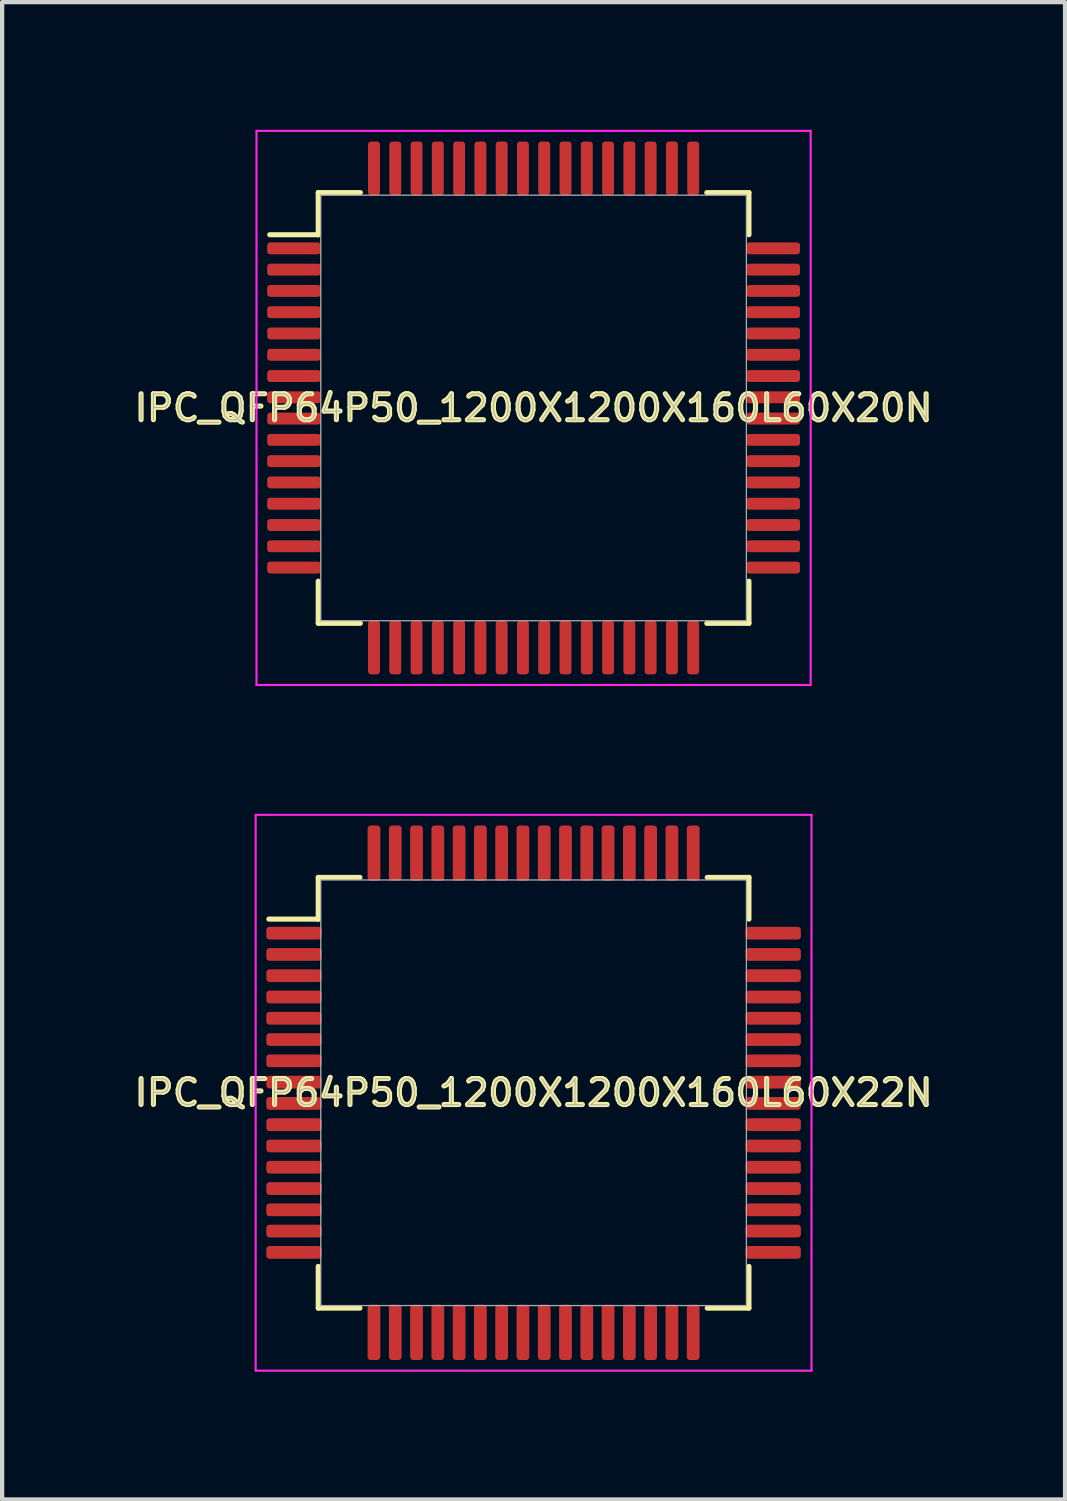
<source format=kicad_pcb>
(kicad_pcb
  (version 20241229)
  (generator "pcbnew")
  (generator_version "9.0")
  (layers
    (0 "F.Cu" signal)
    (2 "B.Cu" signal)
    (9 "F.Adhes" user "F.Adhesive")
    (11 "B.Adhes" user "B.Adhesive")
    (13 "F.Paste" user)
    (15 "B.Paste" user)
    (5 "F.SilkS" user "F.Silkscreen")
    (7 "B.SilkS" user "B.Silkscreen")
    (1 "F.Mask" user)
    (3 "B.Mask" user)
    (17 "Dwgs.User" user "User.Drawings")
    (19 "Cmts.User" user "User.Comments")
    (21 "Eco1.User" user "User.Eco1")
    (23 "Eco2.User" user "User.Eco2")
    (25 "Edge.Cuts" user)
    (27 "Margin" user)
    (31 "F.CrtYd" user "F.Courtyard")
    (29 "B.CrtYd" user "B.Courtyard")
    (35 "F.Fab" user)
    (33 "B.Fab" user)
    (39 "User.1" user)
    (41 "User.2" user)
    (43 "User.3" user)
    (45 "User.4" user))
  (footprint "IPC_QFP64P50_1200X1200X160L60X20N"
    (layer "F.Cu")
    (at 9.487 6.535)
    (property "Reference" "IPC_QFP64P50_1200X1200X160L60X20N" (at 0 0 0) (layer "F.SilkS") (effects (font (size 0.61 0.61) (thickness 0.12))))
    (attr smd)
    (fp_line (start -6.2 -4.07) (end -5.06 -4.07) (stroke (width 0.12) (type solid)) (layer "F.SilkS"))
    (fp_line (start -5.06 -5.06) (end -4.07 -5.06) (stroke (width 0.12) (type solid)) (layer "F.SilkS"))
    (fp_line (start -5.06 -4.07) (end -5.06 -5.06) (stroke (width 0.12) (type solid)) (layer "F.SilkS"))
    (fp_line (start -5.06 -4.07) (end -5.06 -4.07) (stroke (width 0.12) (type solid)) (layer "F.SilkS"))
    (fp_line (start -5.06 5.06) (end -5.06 4.07) (stroke (width 0.12) (type solid)) (layer "F.SilkS"))
    (fp_line (start -4.07 5.06) (end -5.06 5.06) (stroke (width 0.12) (type solid)) (layer "F.SilkS"))
    (fp_line (start 4.07 -5.06) (end 5.06 -5.06) (stroke (width 0.12) (type solid)) (layer "F.SilkS"))
    (fp_line (start 5.06 -5.06) (end 5.06 -4.07) (stroke (width 0.12) (type solid)) (layer "F.SilkS"))
    (fp_line (start 5.06 4.07) (end 5.06 5.06) (stroke (width 0.12) (type solid)) (layer "F.SilkS"))
    (fp_line (start 5.06 5.06) (end 4.07 5.06) (stroke (width 0.12) (type solid)) (layer "F.SilkS"))
    (fp_line (start -6.51 -6.51) (end 6.51 -6.51) (stroke (width 0.05) (type solid)) (layer "F.CrtYd"))
    (fp_line (start -6.51 6.51) (end -6.51 -6.51) (stroke (width 0.05) (type solid)) (layer "F.CrtYd"))
    (fp_line (start 6.51 -6.51) (end 6.51 6.51) (stroke (width 0.05) (type solid)) (layer "F.CrtYd"))
    (fp_line (start 6.51 6.51) (end -6.51 6.51) (stroke (width 0.05) (type solid)) (layer "F.CrtYd"))
    (fp_line (start -5 -5) (end 5 -5) (stroke (width 0.03) (type solid)) (layer "F.Fab"))
    (fp_line (start -5 5) (end -5 -5) (stroke (width 0.03) (type solid)) (layer "F.Fab"))
    (fp_line (start 5 -5) (end 5 5) (stroke (width 0.03) (type solid)) (layer "F.Fab"))
    (fp_line (start 5 5) (end -5 5) (stroke (width 0.03) (type solid)) (layer "F.Fab"))
    (fp_text user "${REFERENCE}" (at 0 0 0) (layer "F.Fab") (effects (font (size 0.61 0.61) (thickness 0.025))))
    (pad "1" smd roundrect (at -5.63 -3.75 270) (size 0.28 1.26) (layers "F.Cu" "F.Mask" "F.Paste") (roundrect_rratio 0.25))
    (pad "2" smd roundrect (at -5.63 -3.25 270) (size 0.28 1.26) (layers "F.Cu" "F.Mask" "F.Paste") (roundrect_rratio 0.25))
    (pad "3" smd roundrect (at -5.63 -2.75 270) (size 0.28 1.26) (layers "F.Cu" "F.Mask" "F.Paste") (roundrect_rratio 0.25))
    (pad "4" smd roundrect (at -5.63 -2.25 270) (size 0.28 1.26) (layers "F.Cu" "F.Mask" "F.Paste") (roundrect_rratio 0.25))
    (pad "5" smd roundrect (at -5.63 -1.75 270) (size 0.28 1.26) (layers "F.Cu" "F.Mask" "F.Paste") (roundrect_rratio 0.25))
    (pad "6" smd roundrect (at -5.63 -1.25 270) (size 0.28 1.26) (layers "F.Cu" "F.Mask" "F.Paste") (roundrect_rratio 0.25))
    (pad "7" smd roundrect (at -5.63 -0.75 270) (size 0.28 1.26) (layers "F.Cu" "F.Mask" "F.Paste") (roundrect_rratio 0.25))
    (pad "8" smd roundrect (at -5.63 -0.25 270) (size 0.28 1.26) (layers "F.Cu" "F.Mask" "F.Paste") (roundrect_rratio 0.25))
    (pad "9" smd roundrect (at -5.63 0.25 270) (size 0.28 1.26) (layers "F.Cu" "F.Mask" "F.Paste") (roundrect_rratio 0.25))
    (pad "10" smd roundrect (at -5.63 0.75 270) (size 0.28 1.26) (layers "F.Cu" "F.Mask" "F.Paste") (roundrect_rratio 0.25))
    (pad "11" smd roundrect (at -5.63 1.25 270) (size 0.28 1.26) (layers "F.Cu" "F.Mask" "F.Paste") (roundrect_rratio 0.25))
    (pad "12" smd roundrect (at -5.63 1.75 270) (size 0.28 1.26) (layers "F.Cu" "F.Mask" "F.Paste") (roundrect_rratio 0.25))
    (pad "13" smd roundrect (at -5.63 2.25 270) (size 0.28 1.26) (layers "F.Cu" "F.Mask" "F.Paste") (roundrect_rratio 0.25))
    (pad "14" smd roundrect (at -5.63 2.75 270) (size 0.28 1.26) (layers "F.Cu" "F.Mask" "F.Paste") (roundrect_rratio 0.25))
    (pad "15" smd roundrect (at -5.63 3.25 270) (size 0.28 1.26) (layers "F.Cu" "F.Mask" "F.Paste") (roundrect_rratio 0.25))
    (pad "16" smd roundrect (at -5.63 3.75 270) (size 0.28 1.26) (layers "F.Cu" "F.Mask" "F.Paste") (roundrect_rratio 0.25))
    (pad "17" smd roundrect (at -3.75 5.63) (size 0.28 1.26) (layers "F.Cu" "F.Mask" "F.Paste") (roundrect_rratio 0.25))
    (pad "18" smd roundrect (at -3.25 5.63) (size 0.28 1.26) (layers "F.Cu" "F.Mask" "F.Paste") (roundrect_rratio 0.25))
    (pad "19" smd roundrect (at -2.75 5.63) (size 0.28 1.26) (layers "F.Cu" "F.Mask" "F.Paste") (roundrect_rratio 0.25))
    (pad "20" smd roundrect (at -2.25 5.63) (size 0.28 1.26) (layers "F.Cu" "F.Mask" "F.Paste") (roundrect_rratio 0.25))
    (pad "21" smd roundrect (at -1.75 5.63) (size 0.28 1.26) (layers "F.Cu" "F.Mask" "F.Paste") (roundrect_rratio 0.25))
    (pad "22" smd roundrect (at -1.25 5.63) (size 0.28 1.26) (layers "F.Cu" "F.Mask" "F.Paste") (roundrect_rratio 0.25))
    (pad "23" smd roundrect (at -0.75 5.63) (size 0.28 1.26) (layers "F.Cu" "F.Mask" "F.Paste") (roundrect_rratio 0.25))
    (pad "24" smd roundrect (at -0.25 5.63) (size 0.28 1.26) (layers "F.Cu" "F.Mask" "F.Paste") (roundrect_rratio 0.25))
    (pad "25" smd roundrect (at 0.25 5.63) (size 0.28 1.26) (layers "F.Cu" "F.Mask" "F.Paste") (roundrect_rratio 0.25))
    (pad "26" smd roundrect (at 0.75 5.63) (size 0.28 1.26) (layers "F.Cu" "F.Mask" "F.Paste") (roundrect_rratio 0.25))
    (pad "27" smd roundrect (at 1.25 5.63) (size 0.28 1.26) (layers "F.Cu" "F.Mask" "F.Paste") (roundrect_rratio 0.25))
    (pad "28" smd roundrect (at 1.75 5.63) (size 0.28 1.26) (layers "F.Cu" "F.Mask" "F.Paste") (roundrect_rratio 0.25))
    (pad "29" smd roundrect (at 2.25 5.63) (size 0.28 1.26) (layers "F.Cu" "F.Mask" "F.Paste") (roundrect_rratio 0.25))
    (pad "30" smd roundrect (at 2.75 5.63) (size 0.28 1.26) (layers "F.Cu" "F.Mask" "F.Paste") (roundrect_rratio 0.25))
    (pad "31" smd roundrect (at 3.25 5.63) (size 0.28 1.26) (layers "F.Cu" "F.Mask" "F.Paste") (roundrect_rratio 0.25))
    (pad "32" smd roundrect (at 3.75 5.63) (size 0.28 1.26) (layers "F.Cu" "F.Mask" "F.Paste") (roundrect_rratio 0.25))
    (pad "33" smd roundrect (at 5.63 3.75 90) (size 0.28 1.26) (layers "F.Cu" "F.Mask" "F.Paste") (roundrect_rratio 0.25))
    (pad "34" smd roundrect (at 5.63 3.25 90) (size 0.28 1.26) (layers "F.Cu" "F.Mask" "F.Paste") (roundrect_rratio 0.25))
    (pad "35" smd roundrect (at 5.63 2.75 90) (size 0.28 1.26) (layers "F.Cu" "F.Mask" "F.Paste") (roundrect_rratio 0.25))
    (pad "36" smd roundrect (at 5.63 2.25 90) (size 0.28 1.26) (layers "F.Cu" "F.Mask" "F.Paste") (roundrect_rratio 0.25))
    (pad "37" smd roundrect (at 5.63 1.75 90) (size 0.28 1.26) (layers "F.Cu" "F.Mask" "F.Paste") (roundrect_rratio 0.25))
    (pad "38" smd roundrect (at 5.63 1.25 90) (size 0.28 1.26) (layers "F.Cu" "F.Mask" "F.Paste") (roundrect_rratio 0.25))
    (pad "39" smd roundrect (at 5.63 0.75 90) (size 0.28 1.26) (layers "F.Cu" "F.Mask" "F.Paste") (roundrect_rratio 0.25))
    (pad "40" smd roundrect (at 5.63 0.25 90) (size 0.28 1.26) (layers "F.Cu" "F.Mask" "F.Paste") (roundrect_rratio 0.25))
    (pad "41" smd roundrect (at 5.63 -0.25 90) (size 0.28 1.26) (layers "F.Cu" "F.Mask" "F.Paste") (roundrect_rratio 0.25))
    (pad "42" smd roundrect (at 5.63 -0.75 90) (size 0.28 1.26) (layers "F.Cu" "F.Mask" "F.Paste") (roundrect_rratio 0.25))
    (pad "43" smd roundrect (at 5.63 -1.25 90) (size 0.28 1.26) (layers "F.Cu" "F.Mask" "F.Paste") (roundrect_rratio 0.25))
    (pad "44" smd roundrect (at 5.63 -1.75 90) (size 0.28 1.26) (layers "F.Cu" "F.Mask" "F.Paste") (roundrect_rratio 0.25))
    (pad "45" smd roundrect (at 5.63 -2.25 90) (size 0.28 1.26) (layers "F.Cu" "F.Mask" "F.Paste") (roundrect_rratio 0.25))
    (pad "46" smd roundrect (at 5.63 -2.75 90) (size 0.28 1.26) (layers "F.Cu" "F.Mask" "F.Paste") (roundrect_rratio 0.25))
    (pad "47" smd roundrect (at 5.63 -3.25 90) (size 0.28 1.26) (layers "F.Cu" "F.Mask" "F.Paste") (roundrect_rratio 0.25))
    (pad "48" smd roundrect (at 5.63 -3.75 90) (size 0.28 1.26) (layers "F.Cu" "F.Mask" "F.Paste") (roundrect_rratio 0.25))
    (pad "49" smd roundrect (at 3.75 -5.63 180) (size 0.28 1.26) (layers "F.Cu" "F.Mask" "F.Paste") (roundrect_rratio 0.25))
    (pad "50" smd roundrect (at 3.25 -5.63 180) (size 0.28 1.26) (layers "F.Cu" "F.Mask" "F.Paste") (roundrect_rratio 0.25))
    (pad "51" smd roundrect (at 2.75 -5.63 180) (size 0.28 1.26) (layers "F.Cu" "F.Mask" "F.Paste") (roundrect_rratio 0.25))
    (pad "52" smd roundrect (at 2.25 -5.63 180) (size 0.28 1.26) (layers "F.Cu" "F.Mask" "F.Paste") (roundrect_rratio 0.25))
    (pad "53" smd roundrect (at 1.75 -5.63 180) (size 0.28 1.26) (layers "F.Cu" "F.Mask" "F.Paste") (roundrect_rratio 0.25))
    (pad "54" smd roundrect (at 1.25 -5.63 180) (size 0.28 1.26) (layers "F.Cu" "F.Mask" "F.Paste") (roundrect_rratio 0.25))
    (pad "55" smd roundrect (at 0.75 -5.63 180) (size 0.28 1.26) (layers "F.Cu" "F.Mask" "F.Paste") (roundrect_rratio 0.25))
    (pad "56" smd roundrect (at 0.25 -5.63 180) (size 0.28 1.26) (layers "F.Cu" "F.Mask" "F.Paste") (roundrect_rratio 0.25))
    (pad "57" smd roundrect (at -0.25 -5.63 180) (size 0.28 1.26) (layers "F.Cu" "F.Mask" "F.Paste") (roundrect_rratio 0.25))
    (pad "58" smd roundrect (at -0.75 -5.63 180) (size 0.28 1.26) (layers "F.Cu" "F.Mask" "F.Paste") (roundrect_rratio 0.25))
    (pad "59" smd roundrect (at -1.25 -5.63 180) (size 0.28 1.26) (layers "F.Cu" "F.Mask" "F.Paste") (roundrect_rratio 0.25))
    (pad "60" smd roundrect (at -1.75 -5.63 180) (size 0.28 1.26) (layers "F.Cu" "F.Mask" "F.Paste") (roundrect_rratio 0.25))
    (pad "61" smd roundrect (at -2.25 -5.63 180) (size 0.28 1.26) (layers "F.Cu" "F.Mask" "F.Paste") (roundrect_rratio 0.25))
    (pad "62" smd roundrect (at -2.75 -5.63 180) (size 0.28 1.26) (layers "F.Cu" "F.Mask" "F.Paste") (roundrect_rratio 0.25))
    (pad "63" smd roundrect (at -3.25 -5.63 180) (size 0.28 1.26) (layers "F.Cu" "F.Mask" "F.Paste") (roundrect_rratio 0.25))
    (pad "64" smd roundrect (at -3.75 -5.63 180) (size 0.28 1.26) (layers "F.Cu" "F.Mask" "F.Paste") (roundrect_rratio 0.25)))
  (footprint "IPC_QFP64P50_1200X1200X160L60X22N"
    (layer "F.Cu")
    (at 9.487 22.625)
    (property "Reference" "IPC_QFP64P50_1200X1200X160L60X22N" (at 0 0 0) (layer "F.SilkS") (effects (font (size 0.61 0.61) (thickness 0.12))))
    (attr smd)
    (fp_line (start -6.22 -4.08) (end -5.06 -4.08) (stroke (width 0.12) (type solid)) (layer "F.SilkS"))
    (fp_line (start -5.06 -5.06) (end -4.08 -5.06) (stroke (width 0.12) (type solid)) (layer "F.SilkS"))
    (fp_line (start -5.06 -4.08) (end -5.06 -5.06) (stroke (width 0.12) (type solid)) (layer "F.SilkS"))
    (fp_line (start -5.06 -4.08) (end -5.06 -4.08) (stroke (width 0.12) (type solid)) (layer "F.SilkS"))
    (fp_line (start -5.06 5.06) (end -5.06 4.08) (stroke (width 0.12) (type solid)) (layer "F.SilkS"))
    (fp_line (start -4.08 5.06) (end -5.06 5.06) (stroke (width 0.12) (type solid)) (layer "F.SilkS"))
    (fp_line (start 4.08 -5.06) (end 5.06 -5.06) (stroke (width 0.12) (type solid)) (layer "F.SilkS"))
    (fp_line (start 5.06 -5.06) (end 5.06 -4.08) (stroke (width 0.12) (type solid)) (layer "F.SilkS"))
    (fp_line (start 5.06 4.08) (end 5.06 5.06) (stroke (width 0.12) (type solid)) (layer "F.SilkS"))
    (fp_line (start 5.06 5.06) (end 4.08 5.06) (stroke (width 0.12) (type solid)) (layer "F.SilkS"))
    (fp_line (start -6.53 -6.53) (end 6.53 -6.53) (stroke (width 0.05) (type solid)) (layer "F.CrtYd"))
    (fp_line (start -6.53 6.53) (end -6.53 -6.53) (stroke (width 0.05) (type solid)) (layer "F.CrtYd"))
    (fp_line (start 6.53 -6.53) (end 6.53 6.53) (stroke (width 0.05) (type solid)) (layer "F.CrtYd"))
    (fp_line (start 6.53 6.53) (end -6.53 6.53) (stroke (width 0.05) (type solid)) (layer "F.CrtYd"))
    (fp_line (start -5 -5) (end 5 -5) (stroke (width 0.03) (type solid)) (layer "F.Fab"))
    (fp_line (start -5 5) (end -5 -5) (stroke (width 0.03) (type solid)) (layer "F.Fab"))
    (fp_line (start 5 -5) (end 5 5) (stroke (width 0.03) (type solid)) (layer "F.Fab"))
    (fp_line (start 5 5) (end -5 5) (stroke (width 0.03) (type solid)) (layer "F.Fab"))
    (fp_text user "${REFERENCE}" (at 0 0 0) (layer "F.Fab") (effects (font (size 0.61 0.61) (thickness 0.025))))
    (pad "1" smd roundrect (at -5.63 -3.75 270) (size 0.3 1.3) (layers "F.Cu" "F.Mask" "F.Paste") (roundrect_rratio 0.25))
    (pad "2" smd roundrect (at -5.63 -3.25 270) (size 0.3 1.3) (layers "F.Cu" "F.Mask" "F.Paste") (roundrect_rratio 0.25))
    (pad "3" smd roundrect (at -5.63 -2.75 270) (size 0.3 1.3) (layers "F.Cu" "F.Mask" "F.Paste") (roundrect_rratio 0.25))
    (pad "4" smd roundrect (at -5.63 -2.25 270) (size 0.3 1.3) (layers "F.Cu" "F.Mask" "F.Paste") (roundrect_rratio 0.25))
    (pad "5" smd roundrect (at -5.63 -1.75 270) (size 0.3 1.3) (layers "F.Cu" "F.Mask" "F.Paste") (roundrect_rratio 0.25))
    (pad "6" smd roundrect (at -5.63 -1.25 270) (size 0.3 1.3) (layers "F.Cu" "F.Mask" "F.Paste") (roundrect_rratio 0.25))
    (pad "7" smd roundrect (at -5.63 -0.75 270) (size 0.3 1.3) (layers "F.Cu" "F.Mask" "F.Paste") (roundrect_rratio 0.25))
    (pad "8" smd roundrect (at -5.63 -0.25 270) (size 0.3 1.3) (layers "F.Cu" "F.Mask" "F.Paste") (roundrect_rratio 0.25))
    (pad "9" smd roundrect (at -5.63 0.25 270) (size 0.3 1.3) (layers "F.Cu" "F.Mask" "F.Paste") (roundrect_rratio 0.25))
    (pad "10" smd roundrect (at -5.63 0.75 270) (size 0.3 1.3) (layers "F.Cu" "F.Mask" "F.Paste") (roundrect_rratio 0.25))
    (pad "11" smd roundrect (at -5.63 1.25 270) (size 0.3 1.3) (layers "F.Cu" "F.Mask" "F.Paste") (roundrect_rratio 0.25))
    (pad "12" smd roundrect (at -5.63 1.75 270) (size 0.3 1.3) (layers "F.Cu" "F.Mask" "F.Paste") (roundrect_rratio 0.25))
    (pad "13" smd roundrect (at -5.63 2.25 270) (size 0.3 1.3) (layers "F.Cu" "F.Mask" "F.Paste") (roundrect_rratio 0.25))
    (pad "14" smd roundrect (at -5.63 2.75 270) (size 0.3 1.3) (layers "F.Cu" "F.Mask" "F.Paste") (roundrect_rratio 0.25))
    (pad "15" smd roundrect (at -5.63 3.25 270) (size 0.3 1.3) (layers "F.Cu" "F.Mask" "F.Paste") (roundrect_rratio 0.25))
    (pad "16" smd roundrect (at -5.63 3.75 270) (size 0.3 1.3) (layers "F.Cu" "F.Mask" "F.Paste") (roundrect_rratio 0.25))
    (pad "17" smd roundrect (at -3.75 5.63) (size 0.3 1.3) (layers "F.Cu" "F.Mask" "F.Paste") (roundrect_rratio 0.25))
    (pad "18" smd roundrect (at -3.25 5.63) (size 0.3 1.3) (layers "F.Cu" "F.Mask" "F.Paste") (roundrect_rratio 0.25))
    (pad "19" smd roundrect (at -2.75 5.63) (size 0.3 1.3) (layers "F.Cu" "F.Mask" "F.Paste") (roundrect_rratio 0.25))
    (pad "20" smd roundrect (at -2.25 5.63) (size 0.3 1.3) (layers "F.Cu" "F.Mask" "F.Paste") (roundrect_rratio 0.25))
    (pad "21" smd roundrect (at -1.75 5.63) (size 0.3 1.3) (layers "F.Cu" "F.Mask" "F.Paste") (roundrect_rratio 0.25))
    (pad "22" smd roundrect (at -1.25 5.63) (size 0.3 1.3) (layers "F.Cu" "F.Mask" "F.Paste") (roundrect_rratio 0.25))
    (pad "23" smd roundrect (at -0.75 5.63) (size 0.3 1.3) (layers "F.Cu" "F.Mask" "F.Paste") (roundrect_rratio 0.25))
    (pad "24" smd roundrect (at -0.25 5.63) (size 0.3 1.3) (layers "F.Cu" "F.Mask" "F.Paste") (roundrect_rratio 0.25))
    (pad "25" smd roundrect (at 0.25 5.63) (size 0.3 1.3) (layers "F.Cu" "F.Mask" "F.Paste") (roundrect_rratio 0.25))
    (pad "26" smd roundrect (at 0.75 5.63) (size 0.3 1.3) (layers "F.Cu" "F.Mask" "F.Paste") (roundrect_rratio 0.25))
    (pad "27" smd roundrect (at 1.25 5.63) (size 0.3 1.3) (layers "F.Cu" "F.Mask" "F.Paste") (roundrect_rratio 0.25))
    (pad "28" smd roundrect (at 1.75 5.63) (size 0.3 1.3) (layers "F.Cu" "F.Mask" "F.Paste") (roundrect_rratio 0.25))
    (pad "29" smd roundrect (at 2.25 5.63) (size 0.3 1.3) (layers "F.Cu" "F.Mask" "F.Paste") (roundrect_rratio 0.25))
    (pad "30" smd roundrect (at 2.75 5.63) (size 0.3 1.3) (layers "F.Cu" "F.Mask" "F.Paste") (roundrect_rratio 0.25))
    (pad "31" smd roundrect (at 3.25 5.63) (size 0.3 1.3) (layers "F.Cu" "F.Mask" "F.Paste") (roundrect_rratio 0.25))
    (pad "32" smd roundrect (at 3.75 5.63) (size 0.3 1.3) (layers "F.Cu" "F.Mask" "F.Paste") (roundrect_rratio 0.25))
    (pad "33" smd roundrect (at 5.63 3.75 90) (size 0.3 1.3) (layers "F.Cu" "F.Mask" "F.Paste") (roundrect_rratio 0.25))
    (pad "34" smd roundrect (at 5.63 3.25 90) (size 0.3 1.3) (layers "F.Cu" "F.Mask" "F.Paste") (roundrect_rratio 0.25))
    (pad "35" smd roundrect (at 5.63 2.75 90) (size 0.3 1.3) (layers "F.Cu" "F.Mask" "F.Paste") (roundrect_rratio 0.25))
    (pad "36" smd roundrect (at 5.63 2.25 90) (size 0.3 1.3) (layers "F.Cu" "F.Mask" "F.Paste") (roundrect_rratio 0.25))
    (pad "37" smd roundrect (at 5.63 1.75 90) (size 0.3 1.3) (layers "F.Cu" "F.Mask" "F.Paste") (roundrect_rratio 0.25))
    (pad "38" smd roundrect (at 5.63 1.25 90) (size 0.3 1.3) (layers "F.Cu" "F.Mask" "F.Paste") (roundrect_rratio 0.25))
    (pad "39" smd roundrect (at 5.63 0.75 90) (size 0.3 1.3) (layers "F.Cu" "F.Mask" "F.Paste") (roundrect_rratio 0.25))
    (pad "40" smd roundrect (at 5.63 0.25 90) (size 0.3 1.3) (layers "F.Cu" "F.Mask" "F.Paste") (roundrect_rratio 0.25))
    (pad "41" smd roundrect (at 5.63 -0.25 90) (size 0.3 1.3) (layers "F.Cu" "F.Mask" "F.Paste") (roundrect_rratio 0.25))
    (pad "42" smd roundrect (at 5.63 -0.75 90) (size 0.3 1.3) (layers "F.Cu" "F.Mask" "F.Paste") (roundrect_rratio 0.25))
    (pad "43" smd roundrect (at 5.63 -1.25 90) (size 0.3 1.3) (layers "F.Cu" "F.Mask" "F.Paste") (roundrect_rratio 0.25))
    (pad "44" smd roundrect (at 5.63 -1.75 90) (size 0.3 1.3) (layers "F.Cu" "F.Mask" "F.Paste") (roundrect_rratio 0.25))
    (pad "45" smd roundrect (at 5.63 -2.25 90) (size 0.3 1.3) (layers "F.Cu" "F.Mask" "F.Paste") (roundrect_rratio 0.25))
    (pad "46" smd roundrect (at 5.63 -2.75 90) (size 0.3 1.3) (layers "F.Cu" "F.Mask" "F.Paste") (roundrect_rratio 0.25))
    (pad "47" smd roundrect (at 5.63 -3.25 90) (size 0.3 1.3) (layers "F.Cu" "F.Mask" "F.Paste") (roundrect_rratio 0.25))
    (pad "48" smd roundrect (at 5.63 -3.75 90) (size 0.3 1.3) (layers "F.Cu" "F.Mask" "F.Paste") (roundrect_rratio 0.25))
    (pad "49" smd roundrect (at 3.75 -5.63 180) (size 0.3 1.3) (layers "F.Cu" "F.Mask" "F.Paste") (roundrect_rratio 0.25))
    (pad "50" smd roundrect (at 3.25 -5.63 180) (size 0.3 1.3) (layers "F.Cu" "F.Mask" "F.Paste") (roundrect_rratio 0.25))
    (pad "51" smd roundrect (at 2.75 -5.63 180) (size 0.3 1.3) (layers "F.Cu" "F.Mask" "F.Paste") (roundrect_rratio 0.25))
    (pad "52" smd roundrect (at 2.25 -5.63 180) (size 0.3 1.3) (layers "F.Cu" "F.Mask" "F.Paste") (roundrect_rratio 0.25))
    (pad "53" smd roundrect (at 1.75 -5.63 180) (size 0.3 1.3) (layers "F.Cu" "F.Mask" "F.Paste") (roundrect_rratio 0.25))
    (pad "54" smd roundrect (at 1.25 -5.63 180) (size 0.3 1.3) (layers "F.Cu" "F.Mask" "F.Paste") (roundrect_rratio 0.25))
    (pad "55" smd roundrect (at 0.75 -5.63 180) (size 0.3 1.3) (layers "F.Cu" "F.Mask" "F.Paste") (roundrect_rratio 0.25))
    (pad "56" smd roundrect (at 0.25 -5.63 180) (size 0.3 1.3) (layers "F.Cu" "F.Mask" "F.Paste") (roundrect_rratio 0.25))
    (pad "57" smd roundrect (at -0.25 -5.63 180) (size 0.3 1.3) (layers "F.Cu" "F.Mask" "F.Paste") (roundrect_rratio 0.25))
    (pad "58" smd roundrect (at -0.75 -5.63 180) (size 0.3 1.3) (layers "F.Cu" "F.Mask" "F.Paste") (roundrect_rratio 0.25))
    (pad "59" smd roundrect (at -1.25 -5.63 180) (size 0.3 1.3) (layers "F.Cu" "F.Mask" "F.Paste") (roundrect_rratio 0.25))
    (pad "60" smd roundrect (at -1.75 -5.63 180) (size 0.3 1.3) (layers "F.Cu" "F.Mask" "F.Paste") (roundrect_rratio 0.25))
    (pad "61" smd roundrect (at -2.25 -5.63 180) (size 0.3 1.3) (layers "F.Cu" "F.Mask" "F.Paste") (roundrect_rratio 0.25))
    (pad "62" smd roundrect (at -2.75 -5.63 180) (size 0.3 1.3) (layers "F.Cu" "F.Mask" "F.Paste") (roundrect_rratio 0.25))
    (pad "63" smd roundrect (at -3.25 -5.63 180) (size 0.3 1.3) (layers "F.Cu" "F.Mask" "F.Paste") (roundrect_rratio 0.25))
    (pad "64" smd roundrect (at -3.75 -5.63 180) (size 0.3 1.3) (layers "F.Cu" "F.Mask" "F.Paste") (roundrect_rratio 0.25)))
  (gr_rect
    (start -3 -3)
    (end 21.974 32.18)
    (stroke (width 0.1) (type default))
    (fill no)
    (layer "Edge.Cuts")))
</source>
